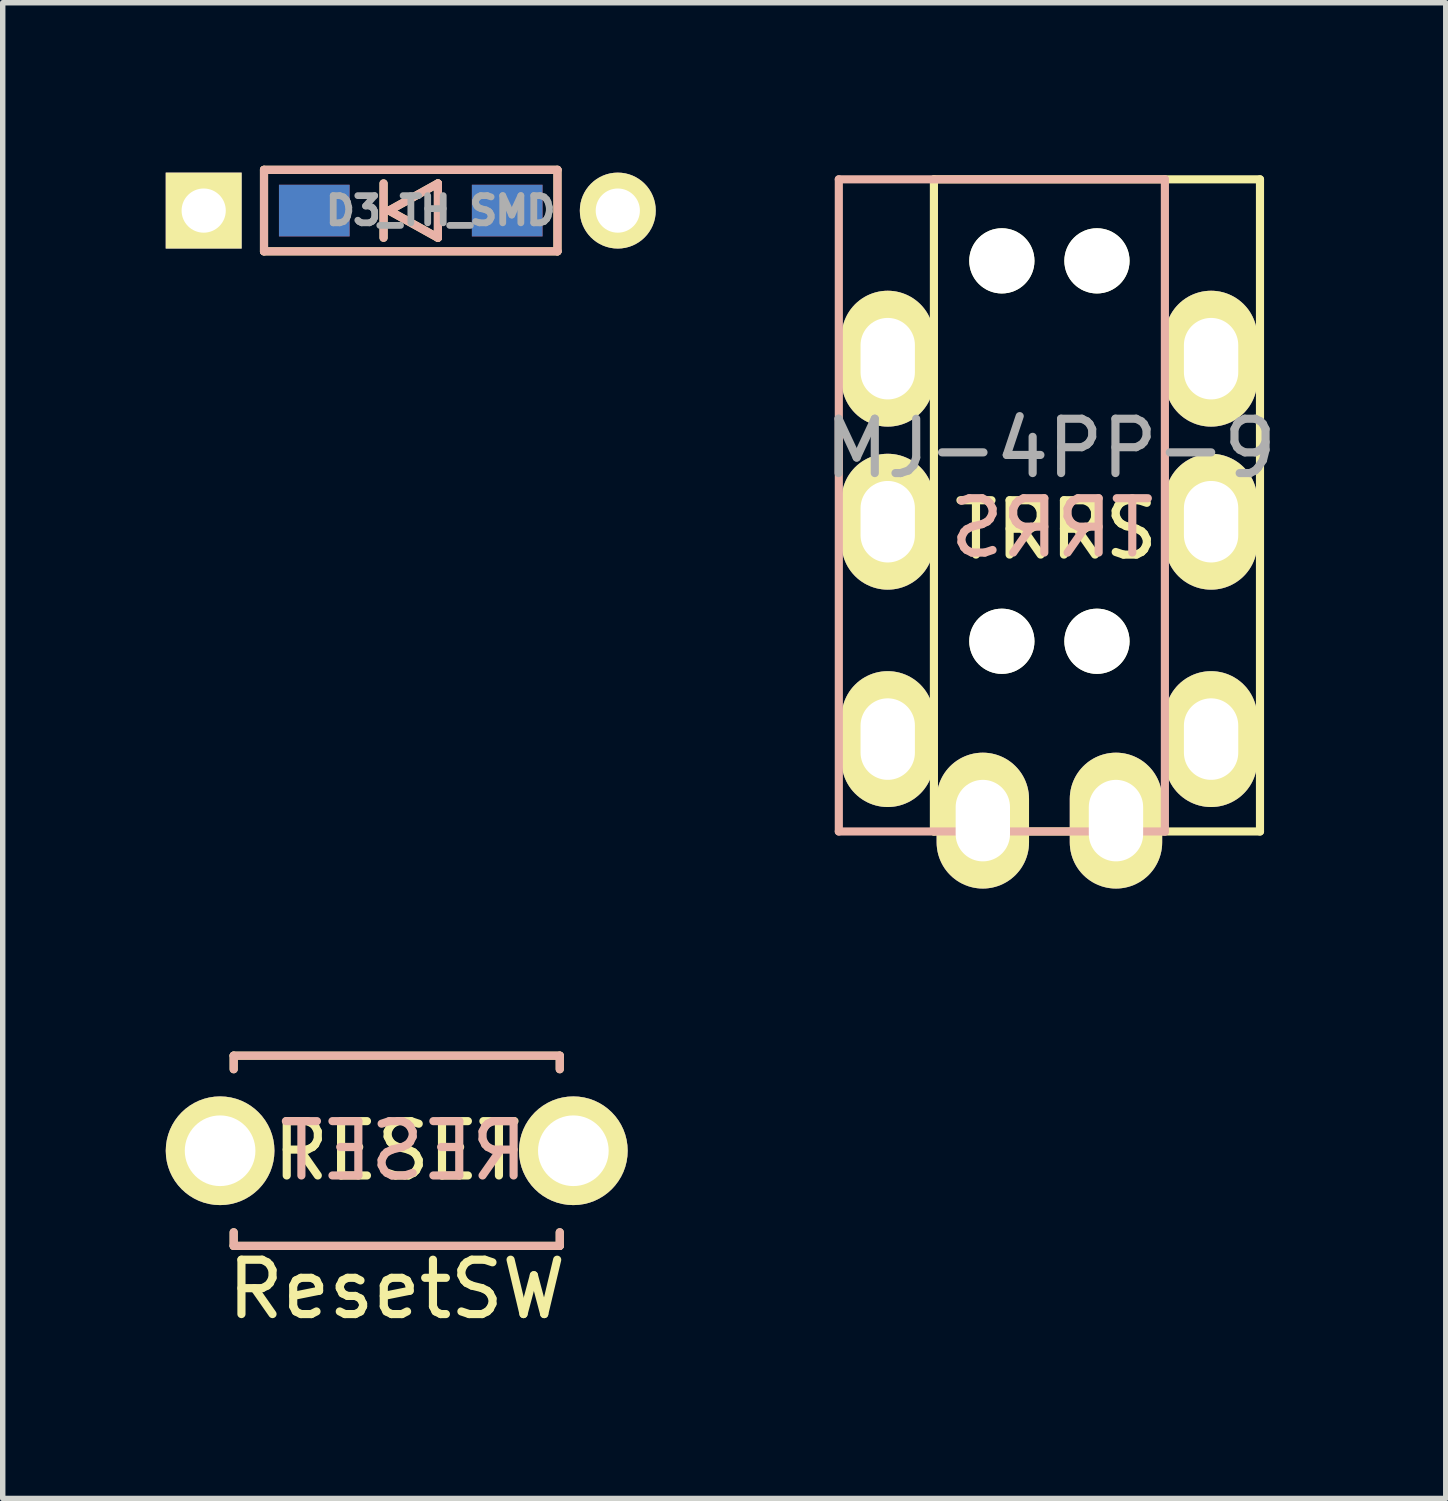
<source format=kicad_pcb>
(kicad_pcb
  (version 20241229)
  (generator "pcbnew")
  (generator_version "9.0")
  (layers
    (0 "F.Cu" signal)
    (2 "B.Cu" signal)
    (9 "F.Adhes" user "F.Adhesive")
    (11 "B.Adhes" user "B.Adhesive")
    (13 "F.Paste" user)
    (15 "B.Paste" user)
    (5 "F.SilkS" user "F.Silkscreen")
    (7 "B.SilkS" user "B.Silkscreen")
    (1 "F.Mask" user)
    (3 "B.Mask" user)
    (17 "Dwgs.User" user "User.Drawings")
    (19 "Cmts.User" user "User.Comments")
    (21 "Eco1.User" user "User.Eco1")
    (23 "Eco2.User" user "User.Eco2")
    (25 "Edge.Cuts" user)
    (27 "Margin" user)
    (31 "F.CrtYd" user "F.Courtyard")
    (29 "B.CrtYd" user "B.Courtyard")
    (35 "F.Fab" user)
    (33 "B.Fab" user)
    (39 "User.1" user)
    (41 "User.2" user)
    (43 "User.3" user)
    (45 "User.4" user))
  (footprint "ResetSW"
    (layer "F.Cu")
    (at 4.25 18.125)
    (property "Reference" "ResetSW" (at 0 2.55 0) (layer "F.SilkS") (effects (font (size 1 1) (thickness 0.15))))
    (attr through_hole)
    (fp_line (start -3 -1.75) (end -3 -1.5) (stroke (width 0.15) (type solid)) (layer "F.SilkS"))
    (fp_line (start -3 -1.75) (end 3 -1.75) (stroke (width 0.15) (type solid)) (layer "F.SilkS"))
    (fp_line (start -3 1.75) (end -3 1.5) (stroke (width 0.15) (type solid)) (layer "F.SilkS"))
    (fp_line (start -3 1.75) (end 3 1.75) (stroke (width 0.15) (type solid)) (layer "F.SilkS"))
    (fp_line (start 3 -1.75) (end 3 -1.5) (stroke (width 0.15) (type solid)) (layer "F.SilkS"))
    (fp_line (start 3 1.75) (end 3 1.5) (stroke (width 0.15) (type solid)) (layer "F.SilkS"))
    (fp_line (start -3 -1.75) (end 3 -1.75) (stroke (width 0.15) (type solid)) (layer "B.SilkS"))
    (fp_line (start -3 -1.5) (end -3 -1.75) (stroke (width 0.15) (type solid)) (layer "B.SilkS"))
    (fp_line (start -3 1.75) (end -3 1.5) (stroke (width 0.15) (type solid)) (layer "B.SilkS"))
    (fp_line (start 3 -1.75) (end 3 -1.5) (stroke (width 0.15) (type solid)) (layer "B.SilkS"))
    (fp_line (start 3 1.5) (end 3 1.75) (stroke (width 0.15) (type solid)) (layer "B.SilkS"))
    (fp_line (start 3 1.75) (end -3 1.75) (stroke (width 0.15) (type solid)) (layer "B.SilkS"))
    (fp_text user "RESET" (at 0 0 0) (layer "F.SilkS") (effects (font (size 1 1) (thickness 0.15))))
    (fp_text user "RESET" (at 0.127 0 0) (layer "B.SilkS") (effects (font (size 1 1) (thickness 0.15)) (justify mirror)))
    (pad "1" thru_hole circle (at 3.25 0) (size 2 2) (drill 1.3) (layers "*.Cu" "*.Mask" "F.SilkS"))
    (pad "2" thru_hole circle (at -3.25 0) (size 2 2) (drill 1.3) (layers "*.Cu" "*.Mask" "F.SilkS")))
  (footprint "D3_TH_SMD"
    (layer "F.Cu")
    (at 4.508 0.825)
    (property "Reference" "D3_TH_SMD" (at 0.55 0 0) (layer "F.Fab") (effects (font (size 0.5 0.5) (thickness 0.125))))
    (attr through_hole)
    (fp_line (start -2.7 -0.75) (end -2.7 0.75) (stroke (width 0.15) (type solid)) (layer "F.SilkS"))
    (fp_line (start -2.7 0.75) (end 2.7 0.75) (stroke (width 0.15) (type solid)) (layer "F.SilkS"))
    (fp_line (start -0.5 -0.5) (end -0.5 0.5) (stroke (width 0.15) (type solid)) (layer "F.SilkS"))
    (fp_line (start -0.4 0) (end 0.5 -0.5) (stroke (width 0.15) (type solid)) (layer "F.SilkS"))
    (fp_line (start 0.5 -0.5) (end 0.5 0.5) (stroke (width 0.15) (type solid)) (layer "F.SilkS"))
    (fp_line (start 0.5 0.5) (end -0.4 0) (stroke (width 0.15) (type solid)) (layer "F.SilkS"))
    (fp_line (start 2.7 -0.75) (end -2.7 -0.75) (stroke (width 0.15) (type solid)) (layer "F.SilkS"))
    (fp_line (start 2.7 0.75) (end 2.7 -0.75) (stroke (width 0.15) (type solid)) (layer "F.SilkS"))
    (fp_line (start -2.7 -0.75) (end -2.7 0.75) (stroke (width 0.15) (type solid)) (layer "B.SilkS"))
    (fp_line (start -2.7 0.75) (end 2.7 0.75) (stroke (width 0.15) (type solid)) (layer "B.SilkS"))
    (fp_line (start -0.5 -0.5) (end -0.5 0.5) (stroke (width 0.15) (type solid)) (layer "B.SilkS"))
    (fp_line (start -0.4 0) (end 0.5 -0.5) (stroke (width 0.15) (type solid)) (layer "B.SilkS"))
    (fp_line (start 0.5 -0.5) (end 0.5 0.5) (stroke (width 0.15) (type solid)) (layer "B.SilkS"))
    (fp_line (start 0.5 0.5) (end -0.4 0) (stroke (width 0.15) (type solid)) (layer "B.SilkS"))
    (fp_line (start 2.7 -0.75) (end -2.7 -0.75) (stroke (width 0.15) (type solid)) (layer "B.SilkS"))
    (fp_line (start 2.7 0.75) (end 2.7 -0.75) (stroke (width 0.15) (type solid)) (layer "B.SilkS"))
    (pad "1" thru_hole rect (at -3.81 0) (size 1.397 1.397) (drill 0.813) (layers "*.Cu" "*.Mask" "F.SilkS"))
    (pad "1" smd rect (at -1.775 0) (size 1.3 0.95) (layers "F.Cu" "F.Mask" "F.Paste"))
    (pad "1" smd rect (at -1.775 0) (size 1.3 0.95) (layers "B.Cu" "B.Mask" "B.Paste"))
    (pad "2" smd rect (at 1.775 0) (size 1.3 0.95) (layers "F.Cu" "F.Mask" "F.Paste"))
    (pad "2" smd rect (at 1.775 0) (size 1.3 0.95) (layers "B.Cu" "B.Mask" "B.Paste"))
    (pad "2" thru_hole circle (at 3.81 0) (size 1.397 1.397) (drill 0.813) (layers "*.Cu" "*.Mask" "F.SilkS")))
  (footprint "MJ-4PP-9"
    (layer "F.Cu")
    (at 17.135 0.25)
    (property "Reference" "MJ-4PP-9" (at -0.85 4.95 0) (layer "F.Fab") (effects (font (size 1 1) (thickness 0.15))))
    (attr through_hole)
    (fp_line (start -3 0) (end 3 0) (stroke (width 0.15) (type solid)) (layer "F.SilkS"))
    (fp_line (start -3 12) (end -3 0) (stroke (width 0.15) (type solid)) (layer "F.SilkS"))
    (fp_line (start 3 0) (end 3 12) (stroke (width 0.15) (type solid)) (layer "F.SilkS"))
    (fp_line (start 3 12) (end -3 12) (stroke (width 0.15) (type solid)) (layer "F.SilkS"))
    (fp_line (start -4.75 0) (end 1.25 0) (stroke (width 0.15) (type solid)) (layer "B.SilkS"))
    (fp_line (start -4.75 12) (end -4.75 0) (stroke (width 0.15) (type solid)) (layer "B.SilkS"))
    (fp_line (start 1.25 0) (end 1.25 12) (stroke (width 0.15) (type solid)) (layer "B.SilkS"))
    (fp_line (start 1.25 12) (end -4.75 12) (stroke (width 0.15) (type solid)) (layer "B.SilkS"))
    (fp_text user "TRRS" (at -0.75 6.45 0) (layer "F.SilkS") (effects (font (size 1 1) (thickness 0.15))))
    (fp_text user "TRRS" (at -0.826 6.413 0) (layer "B.SilkS") (effects (font (size 1 1) (thickness 0.15)) (justify mirror)))
    (pad "" np_thru_hole circle (at -1.75 1.5) (size 1.2 1.2) (drill 1.2) (layers "*.Cu" "*.Mask" "F.SilkS"))
    (pad "" np_thru_hole circle (at -1.75 8.5) (size 1.2 1.2) (drill 1.2) (layers "*.Cu" "*.Mask" "F.SilkS"))
    (pad "" np_thru_hole circle (at 0 1.5) (size 1.2 1.2) (drill 1.2) (layers "*.Cu" "*.Mask" "F.SilkS"))
    (pad "" np_thru_hole circle (at 0 8.5) (size 1.2 1.2) (drill 1.2) (layers "*.Cu" "*.Mask" "F.SilkS"))
    (pad "A" thru_hole oval (at -2.1 11.8) (size 1.7 2.5) (drill oval 1 1.5) (layers "*.Cu" "*.Mask" "F.SilkS"))
    (pad "A" thru_hole oval (at 0.35 11.8) (size 1.7 2.5) (drill oval 1 1.5) (layers "*.Cu" "*.Mask" "F.SilkS"))
    (pad "B" thru_hole oval (at -3.85 3.3) (size 1.7 2.5) (drill oval 1 1.5) (layers "*.Cu" "*.Mask" "F.SilkS"))
    (pad "B" thru_hole oval (at 2.1 3.3) (size 1.7 2.5) (drill oval 1 1.5) (layers "*.Cu" "*.Mask" "F.SilkS"))
    (pad "C" thru_hole oval (at -3.85 6.3) (size 1.7 2.5) (drill oval 1 1.5) (layers "*.Cu" "*.Mask" "F.SilkS"))
    (pad "C" thru_hole oval (at 2.1 6.3) (size 1.7 2.5) (drill oval 1 1.5) (layers "*.Cu" "*.Mask" "F.SilkS"))
    (pad "D" thru_hole oval (at -3.85 10.3) (size 1.7 2.5) (drill oval 1 1.5) (layers "*.Cu" "*.Mask" "F.SilkS"))
    (pad "D" thru_hole oval (at 2.1 10.3) (size 1.7 2.5) (drill oval 1 1.5) (layers "*.Cu" "*.Mask" "F.SilkS")))
  (gr_rect
    (start -3 -3)
    (end 23.553 24.523)
    (stroke (width 0.1) (type default))
    (fill no)
    (layer "Edge.Cuts")))
</source>
